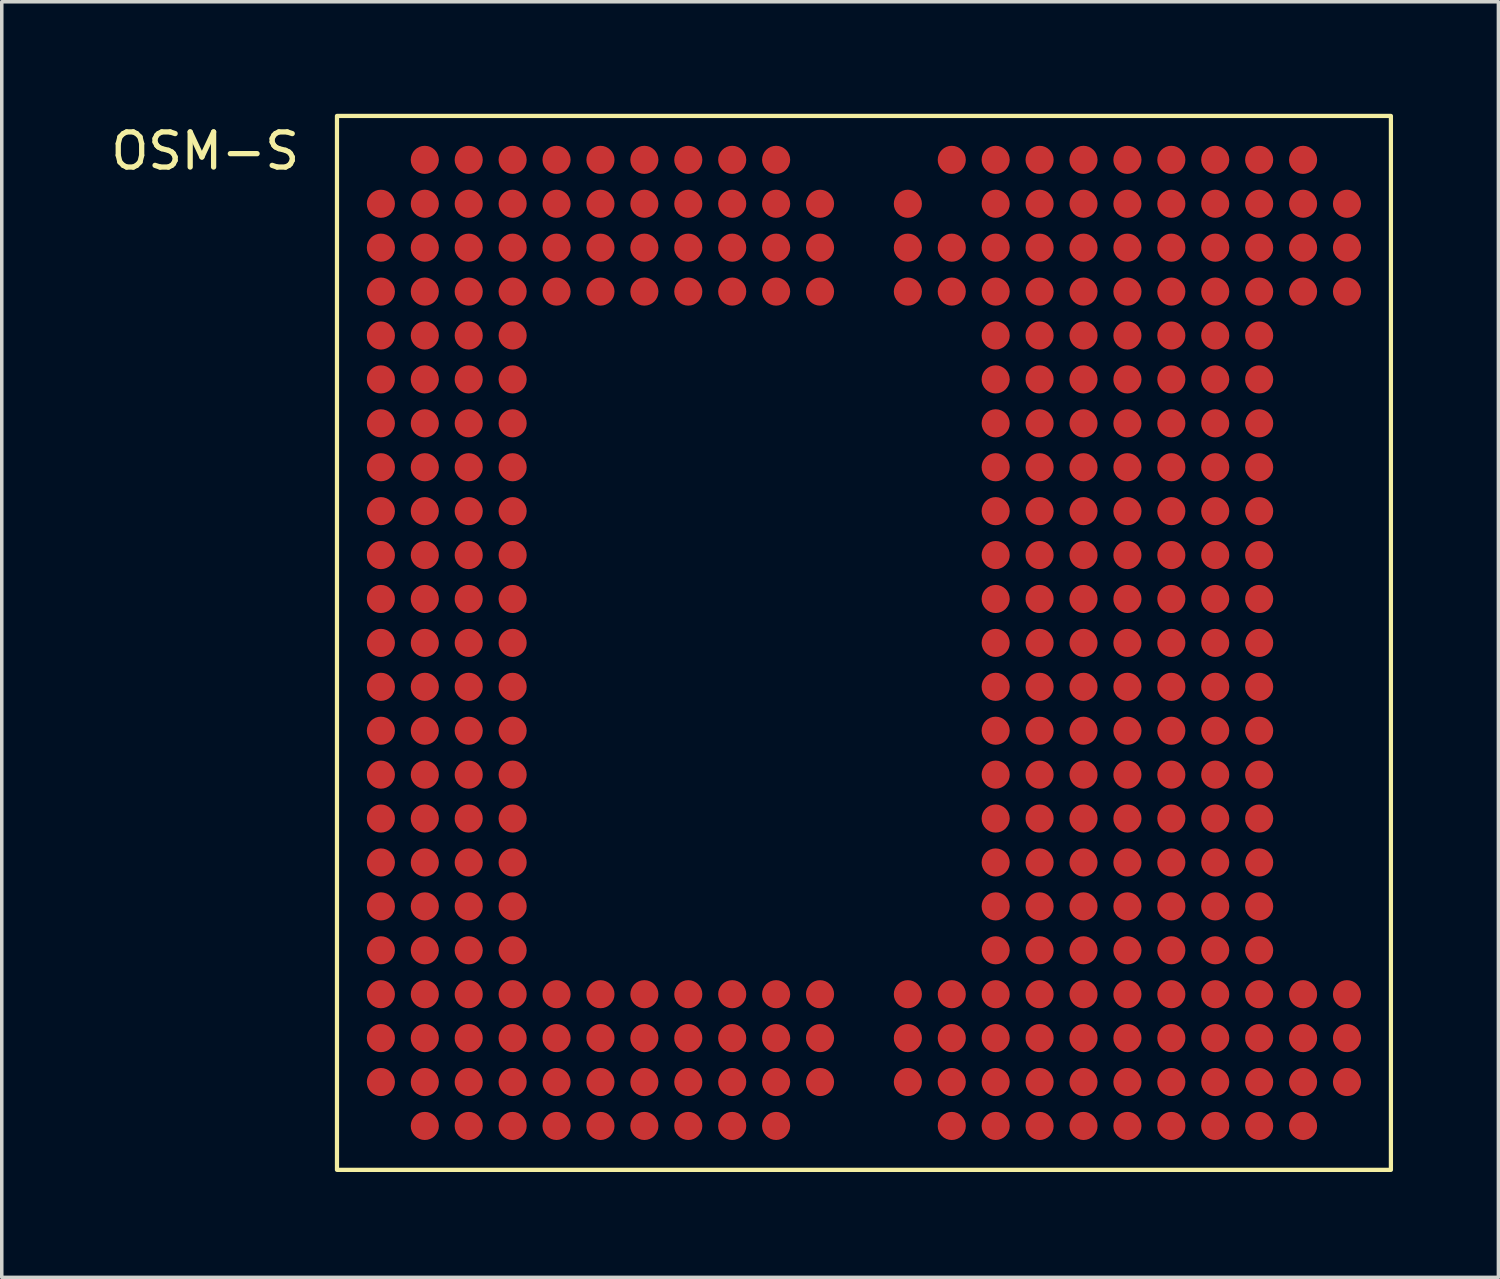
<source format=kicad_pcb>
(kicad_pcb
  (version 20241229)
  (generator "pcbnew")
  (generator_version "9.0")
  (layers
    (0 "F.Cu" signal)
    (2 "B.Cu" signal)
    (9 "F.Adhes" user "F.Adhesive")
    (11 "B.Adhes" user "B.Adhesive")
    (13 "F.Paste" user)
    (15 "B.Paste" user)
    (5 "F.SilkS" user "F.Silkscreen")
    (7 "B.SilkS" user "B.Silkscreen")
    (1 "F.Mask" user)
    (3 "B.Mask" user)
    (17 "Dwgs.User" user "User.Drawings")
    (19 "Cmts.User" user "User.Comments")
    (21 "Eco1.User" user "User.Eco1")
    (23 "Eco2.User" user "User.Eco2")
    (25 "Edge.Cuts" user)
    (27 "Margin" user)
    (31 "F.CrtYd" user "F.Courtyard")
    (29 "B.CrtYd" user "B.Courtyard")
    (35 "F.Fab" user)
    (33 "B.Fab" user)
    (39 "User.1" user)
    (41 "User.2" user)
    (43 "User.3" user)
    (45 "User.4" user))
  (footprint "OSM-S"
    (layer "F.Cu")
    (at 6.542 0.25)
    (property "Reference" "OSM-S" (at -3.75 1 0) (unlocked yes) (layer "F.SilkS") (effects (font (size 1 1) (thickness 0.15))))
    (attr smd)
    (fp_rect (start 0 0) (end 30 30) (stroke (width 0.12) (type solid)) (fill no) (layer "F.SilkS"))
    (pad "A2" smd circle (at 2.5 1.25) (size 0.8 0.8) (property pad_prop_bga) (layers "F.Cu" "F.Mask" "F.Paste"))
    (pad "A3" smd circle (at 3.75 1.25) (size 0.8 0.8) (property pad_prop_bga) (layers "F.Cu" "F.Mask" "F.Paste"))
    (pad "A4" smd circle (at 5 1.25) (size 0.8 0.8) (property pad_prop_bga) (layers "F.Cu" "F.Mask" "F.Paste"))
    (pad "A5" smd circle (at 6.25 1.25) (size 0.8 0.8) (property pad_prop_bga) (layers "F.Cu" "F.Mask" "F.Paste"))
    (pad "A6" smd circle (at 7.5 1.25) (size 0.8 0.8) (property pad_prop_bga) (layers "F.Cu" "F.Mask" "F.Paste"))
    (pad "A7" smd circle (at 8.75 1.25) (size 0.8 0.8) (property pad_prop_bga) (layers "F.Cu" "F.Mask" "F.Paste"))
    (pad "A8" smd circle (at 10 1.25) (size 0.8 0.8) (property pad_prop_bga) (layers "F.Cu" "F.Mask" "F.Paste"))
    (pad "A9" smd circle (at 11.25 1.25) (size 0.8 0.8) (property pad_prop_bga) (layers "F.Cu" "F.Mask" "F.Paste"))
    (pad "A10" smd circle (at 12.5 1.25) (size 0.8 0.8) (property pad_prop_bga) (layers "F.Cu" "F.Mask" "F.Paste"))
    (pad "A14" smd circle (at 17.5 1.25) (size 0.8 0.8) (property pad_prop_bga) (layers "F.Cu" "F.Mask" "F.Paste"))
    (pad "A15" smd circle (at 18.75 1.25) (size 0.8 0.8) (property pad_prop_bga) (layers "F.Cu" "F.Mask" "F.Paste"))
    (pad "A16" smd circle (at 20 1.25) (size 0.8 0.8) (property pad_prop_bga) (layers "F.Cu" "F.Mask" "F.Paste"))
    (pad "A17" smd circle (at 21.25 1.25) (size 0.8 0.8) (property pad_prop_bga) (layers "F.Cu" "F.Mask" "F.Paste"))
    (pad "A18" smd circle (at 22.5 1.25) (size 0.8 0.8) (property pad_prop_bga) (layers "F.Cu" "F.Mask" "F.Paste"))
    (pad "A19" smd circle (at 23.75 1.25) (size 0.8 0.8) (property pad_prop_bga) (layers "F.Cu" "F.Mask" "F.Paste"))
    (pad "A20" smd circle (at 25 1.25) (size 0.8 0.8) (property pad_prop_bga) (layers "F.Cu" "F.Mask" "F.Paste"))
    (pad "A21" smd circle (at 26.25 1.25) (size 0.8 0.8) (property pad_prop_bga) (layers "F.Cu" "F.Mask" "F.Paste"))
    (pad "A22" smd circle (at 27.5 1.25) (size 0.8 0.8) (property pad_prop_bga) (layers "F.Cu" "F.Mask" "F.Paste"))
    (pad "AA1" smd circle (at 1.25 26.25) (size 0.8 0.8) (property pad_prop_bga) (layers "F.Cu" "F.Mask" "F.Paste"))
    (pad "AA2" smd circle (at 2.5 26.25) (size 0.8 0.8) (property pad_prop_bga) (layers "F.Cu" "F.Mask" "F.Paste"))
    (pad "AA3" smd circle (at 3.75 26.25) (size 0.8 0.8) (property pad_prop_bga) (layers "F.Cu" "F.Mask" "F.Paste"))
    (pad "AA4" smd circle (at 5 26.25) (size 0.8 0.8) (property pad_prop_bga) (layers "F.Cu" "F.Mask" "F.Paste"))
    (pad "AA5" smd circle (at 6.25 26.25) (size 0.8 0.8) (property pad_prop_bga) (layers "F.Cu" "F.Mask" "F.Paste"))
    (pad "AA6" smd circle (at 7.5 26.25) (size 0.8 0.8) (property pad_prop_bga) (layers "F.Cu" "F.Mask" "F.Paste"))
    (pad "AA7" smd circle (at 8.75 26.25) (size 0.8 0.8) (property pad_prop_bga) (layers "F.Cu" "F.Mask" "F.Paste"))
    (pad "AA8" smd circle (at 10 26.25) (size 0.8 0.8) (property pad_prop_bga) (layers "F.Cu" "F.Mask" "F.Paste"))
    (pad "AA9" smd circle (at 11.25 26.25) (size 0.8 0.8) (property pad_prop_bga) (layers "F.Cu" "F.Mask" "F.Paste"))
    (pad "AA10" smd circle (at 12.5 26.25) (size 0.8 0.8) (property pad_prop_bga) (layers "F.Cu" "F.Mask" "F.Paste"))
    (pad "AA11" smd circle (at 13.75 26.25) (size 0.8 0.8) (property pad_prop_bga) (layers "F.Cu" "F.Mask" "F.Paste"))
    (pad "AA13" smd circle (at 16.25 26.25) (size 0.8 0.8) (property pad_prop_bga) (layers "F.Cu" "F.Mask" "F.Paste"))
    (pad "AA14" smd circle (at 17.5 26.25) (size 0.8 0.8) (property pad_prop_bga) (layers "F.Cu" "F.Mask" "F.Paste"))
    (pad "AA15" smd circle (at 18.75 26.25) (size 0.8 0.8) (property pad_prop_bga) (layers "F.Cu" "F.Mask" "F.Paste"))
    (pad "AA16" smd circle (at 20 26.25) (size 0.8 0.8) (property pad_prop_bga) (layers "F.Cu" "F.Mask" "F.Paste"))
    (pad "AA17" smd circle (at 21.25 26.25) (size 0.8 0.8) (property pad_prop_bga) (layers "F.Cu" "F.Mask" "F.Paste"))
    (pad "AA18" smd circle (at 22.5 26.25) (size 0.8 0.8) (property pad_prop_bga) (layers "F.Cu" "F.Mask" "F.Paste"))
    (pad "AA19" smd circle (at 23.75 26.25) (size 0.8 0.8) (property pad_prop_bga) (layers "F.Cu" "F.Mask" "F.Paste"))
    (pad "AA20" smd circle (at 25 26.25) (size 0.8 0.8) (property pad_prop_bga) (layers "F.Cu" "F.Mask" "F.Paste"))
    (pad "AA21" smd circle (at 26.25 26.25) (size 0.8 0.8) (property pad_prop_bga) (layers "F.Cu" "F.Mask" "F.Paste"))
    (pad "AA22" smd circle (at 27.5 26.25) (size 0.8 0.8) (property pad_prop_bga) (layers "F.Cu" "F.Mask" "F.Paste"))
    (pad "AA23" smd circle (at 28.75 26.25) (size 0.8 0.8) (property pad_prop_bga) (layers "F.Cu" "F.Mask" "F.Paste"))
    (pad "AB1" smd circle (at 1.25 27.5) (size 0.8 0.8) (property pad_prop_bga) (layers "F.Cu" "F.Mask" "F.Paste"))
    (pad "AB2" smd circle (at 2.5 27.5) (size 0.8 0.8) (property pad_prop_bga) (layers "F.Cu" "F.Mask" "F.Paste"))
    (pad "AB3" smd circle (at 3.75 27.5) (size 0.8 0.8) (property pad_prop_bga) (layers "F.Cu" "F.Mask" "F.Paste"))
    (pad "AB4" smd circle (at 5 27.5) (size 0.8 0.8) (property pad_prop_bga) (layers "F.Cu" "F.Mask" "F.Paste"))
    (pad "AB5" smd circle (at 6.25 27.5) (size 0.8 0.8) (property pad_prop_bga) (layers "F.Cu" "F.Mask" "F.Paste"))
    (pad "AB6" smd circle (at 7.5 27.5) (size 0.8 0.8) (property pad_prop_bga) (layers "F.Cu" "F.Mask" "F.Paste"))
    (pad "AB7" smd circle (at 8.75 27.5) (size 0.8 0.8) (property pad_prop_bga) (layers "F.Cu" "F.Mask" "F.Paste"))
    (pad "AB8" smd circle (at 10 27.5) (size 0.8 0.8) (property pad_prop_bga) (layers "F.Cu" "F.Mask" "F.Paste"))
    (pad "AB9" smd circle (at 11.25 27.5) (size 0.8 0.8) (property pad_prop_bga) (layers "F.Cu" "F.Mask" "F.Paste"))
    (pad "AB10" smd circle (at 12.5 27.5) (size 0.8 0.8) (property pad_prop_bga) (layers "F.Cu" "F.Mask" "F.Paste"))
    (pad "AB11" smd circle (at 13.75 27.5) (size 0.8 0.8) (property pad_prop_bga) (layers "F.Cu" "F.Mask" "F.Paste"))
    (pad "AB13" smd circle (at 16.25 27.5) (size 0.8 0.8) (property pad_prop_bga) (layers "F.Cu" "F.Mask" "F.Paste"))
    (pad "AB14" smd circle (at 17.5 27.5) (size 0.8 0.8) (property pad_prop_bga) (layers "F.Cu" "F.Mask" "F.Paste"))
    (pad "AB15" smd circle (at 18.75 27.5) (size 0.8 0.8) (property pad_prop_bga) (layers "F.Cu" "F.Mask" "F.Paste"))
    (pad "AB16" smd circle (at 20 27.5) (size 0.8 0.8) (property pad_prop_bga) (layers "F.Cu" "F.Mask" "F.Paste"))
    (pad "AB17" smd circle (at 21.25 27.5) (size 0.8 0.8) (property pad_prop_bga) (layers "F.Cu" "F.Mask" "F.Paste"))
    (pad "AB18" smd circle (at 22.5 27.5) (size 0.8 0.8) (property pad_prop_bga) (layers "F.Cu" "F.Mask" "F.Paste"))
    (pad "AB19" smd circle (at 23.75 27.5) (size 0.8 0.8) (property pad_prop_bga) (layers "F.Cu" "F.Mask" "F.Paste"))
    (pad "AB20" smd circle (at 25 27.5) (size 0.8 0.8) (property pad_prop_bga) (layers "F.Cu" "F.Mask" "F.Paste"))
    (pad "AB21" smd circle (at 26.25 27.5) (size 0.8 0.8) (property pad_prop_bga) (layers "F.Cu" "F.Mask" "F.Paste"))
    (pad "AB22" smd circle (at 27.5 27.5) (size 0.8 0.8) (property pad_prop_bga) (layers "F.Cu" "F.Mask" "F.Paste"))
    (pad "AB23" smd circle (at 28.75 27.5) (size 0.8 0.8) (property pad_prop_bga) (layers "F.Cu" "F.Mask" "F.Paste"))
    (pad "AC2" smd circle (at 2.5 28.75) (size 0.8 0.8) (property pad_prop_bga) (layers "F.Cu" "F.Mask" "F.Paste"))
    (pad "AC3" smd circle (at 3.75 28.75) (size 0.8 0.8) (property pad_prop_bga) (layers "F.Cu" "F.Mask" "F.Paste"))
    (pad "AC4" smd circle (at 5 28.75) (size 0.8 0.8) (property pad_prop_bga) (layers "F.Cu" "F.Mask" "F.Paste"))
    (pad "AC5" smd circle (at 6.25 28.75) (size 0.8 0.8) (property pad_prop_bga) (layers "F.Cu" "F.Mask" "F.Paste"))
    (pad "AC6" smd circle (at 7.5 28.75) (size 0.8 0.8) (property pad_prop_bga) (layers "F.Cu" "F.Mask" "F.Paste"))
    (pad "AC7" smd circle (at 8.75 28.75) (size 0.8 0.8) (property pad_prop_bga) (layers "F.Cu" "F.Mask" "F.Paste"))
    (pad "AC8" smd circle (at 10 28.75) (size 0.8 0.8) (property pad_prop_bga) (layers "F.Cu" "F.Mask" "F.Paste"))
    (pad "AC9" smd circle (at 11.25 28.75) (size 0.8 0.8) (property pad_prop_bga) (layers "F.Cu" "F.Mask" "F.Paste"))
    (pad "AC10" smd circle (at 12.5 28.75) (size 0.8 0.8) (property pad_prop_bga) (layers "F.Cu" "F.Mask" "F.Paste"))
    (pad "AC14" smd circle (at 17.5 28.75) (size 0.8 0.8) (property pad_prop_bga) (layers "F.Cu" "F.Mask" "F.Paste"))
    (pad "AC15" smd circle (at 18.75 28.75) (size 0.8 0.8) (property pad_prop_bga) (layers "F.Cu" "F.Mask" "F.Paste"))
    (pad "AC16" smd circle (at 20 28.75) (size 0.8 0.8) (property pad_prop_bga) (layers "F.Cu" "F.Mask" "F.Paste"))
    (pad "AC17" smd circle (at 21.25 28.75) (size 0.8 0.8) (property pad_prop_bga) (layers "F.Cu" "F.Mask" "F.Paste"))
    (pad "AC18" smd circle (at 22.5 28.75) (size 0.8 0.8) (property pad_prop_bga) (layers "F.Cu" "F.Mask" "F.Paste"))
    (pad "AC19" smd circle (at 23.75 28.75) (size 0.8 0.8) (property pad_prop_bga) (layers "F.Cu" "F.Mask" "F.Paste"))
    (pad "AC20" smd circle (at 25 28.75) (size 0.8 0.8) (property pad_prop_bga) (layers "F.Cu" "F.Mask" "F.Paste"))
    (pad "AC21" smd circle (at 26.25 28.75) (size 0.8 0.8) (property pad_prop_bga) (layers "F.Cu" "F.Mask" "F.Paste"))
    (pad "AC22" smd circle (at 27.5 28.75) (size 0.8 0.8) (property pad_prop_bga) (layers "F.Cu" "F.Mask" "F.Paste"))
    (pad "B1" smd circle (at 1.25 2.5) (size 0.8 0.8) (property pad_prop_bga) (layers "F.Cu" "F.Mask" "F.Paste"))
    (pad "B2" smd circle (at 2.5 2.5) (size 0.8 0.8) (property pad_prop_bga) (layers "F.Cu" "F.Mask" "F.Paste"))
    (pad "B3" smd circle (at 3.75 2.5) (size 0.8 0.8) (property pad_prop_bga) (layers "F.Cu" "F.Mask" "F.Paste"))
    (pad "B4" smd circle (at 5 2.5) (size 0.8 0.8) (property pad_prop_bga) (layers "F.Cu" "F.Mask" "F.Paste"))
    (pad "B5" smd circle (at 6.25 2.5) (size 0.8 0.8) (property pad_prop_bga) (layers "F.Cu" "F.Mask" "F.Paste"))
    (pad "B6" smd circle (at 7.5 2.5) (size 0.8 0.8) (property pad_prop_bga) (layers "F.Cu" "F.Mask" "F.Paste"))
    (pad "B7" smd circle (at 8.75 2.5) (size 0.8 0.8) (property pad_prop_bga) (layers "F.Cu" "F.Mask" "F.Paste"))
    (pad "B8" smd circle (at 10 2.5) (size 0.8 0.8) (property pad_prop_bga) (layers "F.Cu" "F.Mask" "F.Paste"))
    (pad "B9" smd circle (at 11.25 2.5) (size 0.8 0.8) (property pad_prop_bga) (layers "F.Cu" "F.Mask" "F.Paste"))
    (pad "B10" smd circle (at 12.5 2.5) (size 0.8 0.8) (property pad_prop_bga) (layers "F.Cu" "F.Mask" "F.Paste"))
    (pad "B11" smd circle (at 13.75 2.5) (size 0.8 0.8) (property pad_prop_bga) (layers "F.Cu" "F.Mask" "F.Paste"))
    (pad "B13" smd circle (at 16.25 2.5) (size 0.8 0.8) (property pad_prop_bga) (layers "F.Cu" "F.Mask" "F.Paste"))
    (pad "B15" smd circle (at 18.75 2.5) (size 0.8 0.8) (property pad_prop_bga) (layers "F.Cu" "F.Mask" "F.Paste"))
    (pad "B16" smd circle (at 20 2.5) (size 0.8 0.8) (property pad_prop_bga) (layers "F.Cu" "F.Mask" "F.Paste"))
    (pad "B17" smd circle (at 21.25 2.5) (size 0.8 0.8) (property pad_prop_bga) (layers "F.Cu" "F.Mask" "F.Paste"))
    (pad "B18" smd circle (at 22.5 2.5) (size 0.8 0.8) (property pad_prop_bga) (layers "F.Cu" "F.Mask" "F.Paste"))
    (pad "B19" smd circle (at 23.75 2.5) (size 0.8 0.8) (property pad_prop_bga) (layers "F.Cu" "F.Mask" "F.Paste"))
    (pad "B20" smd circle (at 25 2.5) (size 0.8 0.8) (property pad_prop_bga) (layers "F.Cu" "F.Mask" "F.Paste"))
    (pad "B21" smd circle (at 26.25 2.5) (size 0.8 0.8) (property pad_prop_bga) (layers "F.Cu" "F.Mask" "F.Paste"))
    (pad "B22" smd circle (at 27.5 2.5) (size 0.8 0.8) (property pad_prop_bga) (layers "F.Cu" "F.Mask" "F.Paste"))
    (pad "B23" smd circle (at 28.75 2.5) (size 0.8 0.8) (property pad_prop_bga) (layers "F.Cu" "F.Mask" "F.Paste"))
    (pad "C1" smd circle (at 1.25 3.75) (size 0.8 0.8) (property pad_prop_bga) (layers "F.Cu" "F.Mask" "F.Paste"))
    (pad "C2" smd circle (at 2.5 3.75) (size 0.8 0.8) (property pad_prop_bga) (layers "F.Cu" "F.Mask" "F.Paste"))
    (pad "C3" smd circle (at 3.75 3.75) (size 0.8 0.8) (property pad_prop_bga) (layers "F.Cu" "F.Mask" "F.Paste"))
    (pad "C4" smd circle (at 5 3.75) (size 0.8 0.8) (property pad_prop_bga) (layers "F.Cu" "F.Mask" "F.Paste"))
    (pad "C5" smd circle (at 6.25 3.75) (size 0.8 0.8) (property pad_prop_bga) (layers "F.Cu" "F.Mask" "F.Paste"))
    (pad "C6" smd circle (at 7.5 3.75) (size 0.8 0.8) (property pad_prop_bga) (layers "F.Cu" "F.Mask" "F.Paste"))
    (pad "C7" smd circle (at 8.75 3.75) (size 0.8 0.8) (property pad_prop_bga) (layers "F.Cu" "F.Mask" "F.Paste"))
    (pad "C8" smd circle (at 10 3.75) (size 0.8 0.8) (property pad_prop_bga) (layers "F.Cu" "F.Mask" "F.Paste"))
    (pad "C9" smd circle (at 11.25 3.75) (size 0.8 0.8) (property pad_prop_bga) (layers "F.Cu" "F.Mask" "F.Paste"))
    (pad "C10" smd circle (at 12.5 3.75) (size 0.8 0.8) (property pad_prop_bga) (layers "F.Cu" "F.Mask" "F.Paste"))
    (pad "C11" smd circle (at 13.75 3.75) (size 0.8 0.8) (property pad_prop_bga) (layers "F.Cu" "F.Mask" "F.Paste"))
    (pad "C13" smd circle (at 16.25 3.75) (size 0.8 0.8) (property pad_prop_bga) (layers "F.Cu" "F.Mask" "F.Paste"))
    (pad "C14" smd circle (at 17.5 3.75) (size 0.8 0.8) (property pad_prop_bga) (layers "F.Cu" "F.Mask" "F.Paste"))
    (pad "C15" smd circle (at 18.75 3.75) (size 0.8 0.8) (property pad_prop_bga) (layers "F.Cu" "F.Mask" "F.Paste"))
    (pad "C16" smd circle (at 20 3.75) (size 0.8 0.8) (property pad_prop_bga) (layers "F.Cu" "F.Mask" "F.Paste"))
    (pad "C17" smd circle (at 21.25 3.75) (size 0.8 0.8) (property pad_prop_bga) (layers "F.Cu" "F.Mask" "F.Paste"))
    (pad "C18" smd circle (at 22.5 3.75) (size 0.8 0.8) (property pad_prop_bga) (layers "F.Cu" "F.Mask" "F.Paste"))
    (pad "C19" smd circle (at 23.75 3.75) (size 0.8 0.8) (property pad_prop_bga) (layers "F.Cu" "F.Mask" "F.Paste"))
    (pad "C20" smd circle (at 25 3.75) (size 0.8 0.8) (property pad_prop_bga) (layers "F.Cu" "F.Mask" "F.Paste"))
    (pad "C21" smd circle (at 26.25 3.75) (size 0.8 0.8) (property pad_prop_bga) (layers "F.Cu" "F.Mask" "F.Paste"))
    (pad "C22" smd circle (at 27.5 3.75) (size 0.8 0.8) (property pad_prop_bga) (layers "F.Cu" "F.Mask" "F.Paste"))
    (pad "C23" smd circle (at 28.75 3.75) (size 0.8 0.8) (property pad_prop_bga) (layers "F.Cu" "F.Mask" "F.Paste"))
    (pad "D1" smd circle (at 1.25 5) (size 0.8 0.8) (property pad_prop_bga) (layers "F.Cu" "F.Mask" "F.Paste"))
    (pad "D2" smd circle (at 2.5 5) (size 0.8 0.8) (property pad_prop_bga) (layers "F.Cu" "F.Mask" "F.Paste"))
    (pad "D3" smd circle (at 3.75 5) (size 0.8 0.8) (property pad_prop_bga) (layers "F.Cu" "F.Mask" "F.Paste"))
    (pad "D4" smd circle (at 5 5) (size 0.8 0.8) (property pad_prop_bga) (layers "F.Cu" "F.Mask" "F.Paste"))
    (pad "D5" smd circle (at 6.25 5) (size 0.8 0.8) (property pad_prop_bga) (layers "F.Cu" "F.Mask" "F.Paste"))
    (pad "D6" smd circle (at 7.5 5) (size 0.8 0.8) (property pad_prop_bga) (layers "F.Cu" "F.Mask" "F.Paste"))
    (pad "D7" smd circle (at 8.75 5) (size 0.8 0.8) (property pad_prop_bga) (layers "F.Cu" "F.Mask" "F.Paste"))
    (pad "D8" smd circle (at 10 5) (size 0.8 0.8) (property pad_prop_bga) (layers "F.Cu" "F.Mask" "F.Paste"))
    (pad "D9" smd circle (at 11.25 5) (size 0.8 0.8) (property pad_prop_bga) (layers "F.Cu" "F.Mask" "F.Paste"))
    (pad "D10" smd circle (at 12.5 5) (size 0.8 0.8) (property pad_prop_bga) (layers "F.Cu" "F.Mask" "F.Paste"))
    (pad "D11" smd circle (at 13.75 5) (size 0.8 0.8) (property pad_prop_bga) (layers "F.Cu" "F.Mask" "F.Paste"))
    (pad "D13" smd circle (at 16.25 5) (size 0.8 0.8) (property pad_prop_bga) (layers "F.Cu" "F.Mask" "F.Paste"))
    (pad "D14" smd circle (at 17.5 5) (size 0.8 0.8) (property pad_prop_bga) (layers "F.Cu" "F.Mask" "F.Paste"))
    (pad "D15" smd circle (at 18.75 5) (size 0.8 0.8) (property pad_prop_bga) (layers "F.Cu" "F.Mask" "F.Paste"))
    (pad "D16" smd circle (at 20 5) (size 0.8 0.8) (property pad_prop_bga) (layers "F.Cu" "F.Mask" "F.Paste"))
    (pad "D17" smd circle (at 21.25 5) (size 0.8 0.8) (property pad_prop_bga) (layers "F.Cu" "F.Mask" "F.Paste"))
    (pad "D18" smd circle (at 22.5 5) (size 0.8 0.8) (property pad_prop_bga) (layers "F.Cu" "F.Mask" "F.Paste"))
    (pad "D19" smd circle (at 23.75 5) (size 0.8 0.8) (property pad_prop_bga) (layers "F.Cu" "F.Mask" "F.Paste"))
    (pad "D20" smd circle (at 25 5) (size 0.8 0.8) (property pad_prop_bga) (layers "F.Cu" "F.Mask" "F.Paste"))
    (pad "D21" smd circle (at 26.25 5) (size 0.8 0.8) (property pad_prop_bga) (layers "F.Cu" "F.Mask" "F.Paste"))
    (pad "D22" smd circle (at 27.5 5) (size 0.8 0.8) (property pad_prop_bga) (layers "F.Cu" "F.Mask" "F.Paste"))
    (pad "D23" smd circle (at 28.75 5) (size 0.8 0.8) (property pad_prop_bga) (layers "F.Cu" "F.Mask" "F.Paste"))
    (pad "E1" smd circle (at 1.25 6.25) (size 0.8 0.8) (property pad_prop_bga) (layers "F.Cu" "F.Mask" "F.Paste"))
    (pad "E2" smd circle (at 2.5 6.25) (size 0.8 0.8) (property pad_prop_bga) (layers "F.Cu" "F.Mask" "F.Paste"))
    (pad "E3" smd circle (at 3.75 6.25) (size 0.8 0.8) (property pad_prop_bga) (layers "F.Cu" "F.Mask" "F.Paste"))
    (pad "E4" smd circle (at 5 6.25) (size 0.8 0.8) (property pad_prop_bga) (layers "F.Cu" "F.Mask" "F.Paste"))
    (pad "E15" smd circle (at 18.75 6.25) (size 0.8 0.8) (property pad_prop_bga) (layers "F.Cu" "F.Mask" "F.Paste"))
    (pad "E16" smd circle (at 20 6.25) (size 0.8 0.8) (property pad_prop_bga) (layers "F.Cu" "F.Mask" "F.Paste"))
    (pad "E17" smd circle (at 21.25 6.25) (size 0.8 0.8) (property pad_prop_bga) (layers "F.Cu" "F.Mask" "F.Paste"))
    (pad "E18" smd circle (at 22.5 6.25) (size 0.8 0.8) (property pad_prop_bga) (layers "F.Cu" "F.Mask" "F.Paste"))
    (pad "E19" smd circle (at 23.75 6.25) (size 0.8 0.8) (property pad_prop_bga) (layers "F.Cu" "F.Mask" "F.Paste"))
    (pad "E20" smd circle (at 25 6.25) (size 0.8 0.8) (property pad_prop_bga) (layers "F.Cu" "F.Mask" "F.Paste"))
    (pad "E21" smd circle (at 26.25 6.25) (size 0.8 0.8) (property pad_prop_bga) (layers "F.Cu" "F.Mask" "F.Paste"))
    (pad "F1" smd circle (at 1.25 7.5) (size 0.8 0.8) (property pad_prop_bga) (layers "F.Cu" "F.Mask" "F.Paste"))
    (pad "F2" smd circle (at 2.5 7.5) (size 0.8 0.8) (property pad_prop_bga) (layers "F.Cu" "F.Mask" "F.Paste"))
    (pad "F3" smd circle (at 3.75 7.5) (size 0.8 0.8) (property pad_prop_bga) (layers "F.Cu" "F.Mask" "F.Paste"))
    (pad "F4" smd circle (at 5 7.5) (size 0.8 0.8) (property pad_prop_bga) (layers "F.Cu" "F.Mask" "F.Paste"))
    (pad "F15" smd circle (at 18.75 7.5) (size 0.8 0.8) (property pad_prop_bga) (layers "F.Cu" "F.Mask" "F.Paste"))
    (pad "F16" smd circle (at 20 7.5) (size 0.8 0.8) (property pad_prop_bga) (layers "F.Cu" "F.Mask" "F.Paste"))
    (pad "F17" smd circle (at 21.25 7.5) (size 0.8 0.8) (property pad_prop_bga) (layers "F.Cu" "F.Mask" "F.Paste"))
    (pad "F18" smd circle (at 22.5 7.5) (size 0.8 0.8) (property pad_prop_bga) (layers "F.Cu" "F.Mask" "F.Paste"))
    (pad "F19" smd circle (at 23.75 7.5) (size 0.8 0.8) (property pad_prop_bga) (layers "F.Cu" "F.Mask" "F.Paste"))
    (pad "F20" smd circle (at 25 7.5) (size 0.8 0.8) (property pad_prop_bga) (layers "F.Cu" "F.Mask" "F.Paste"))
    (pad "F21" smd circle (at 26.25 7.5) (size 0.8 0.8) (property pad_prop_bga) (layers "F.Cu" "F.Mask" "F.Paste"))
    (pad "G1" smd circle (at 1.25 8.75) (size 0.8 0.8) (property pad_prop_bga) (layers "F.Cu" "F.Mask" "F.Paste"))
    (pad "G2" smd circle (at 2.5 8.75) (size 0.8 0.8) (property pad_prop_bga) (layers "F.Cu" "F.Mask" "F.Paste"))
    (pad "G3" smd circle (at 3.75 8.75) (size 0.8 0.8) (property pad_prop_bga) (layers "F.Cu" "F.Mask" "F.Paste"))
    (pad "G4" smd circle (at 5 8.75) (size 0.8 0.8) (property pad_prop_bga) (layers "F.Cu" "F.Mask" "F.Paste"))
    (pad "G15" smd circle (at 18.75 8.75) (size 0.8 0.8) (property pad_prop_bga) (layers "F.Cu" "F.Mask" "F.Paste"))
    (pad "G16" smd circle (at 20 8.75) (size 0.8 0.8) (property pad_prop_bga) (layers "F.Cu" "F.Mask" "F.Paste"))
    (pad "G17" smd circle (at 21.25 8.75) (size 0.8 0.8) (property pad_prop_bga) (layers "F.Cu" "F.Mask" "F.Paste"))
    (pad "G18" smd circle (at 22.5 8.75) (size 0.8 0.8) (property pad_prop_bga) (layers "F.Cu" "F.Mask" "F.Paste"))
    (pad "G19" smd circle (at 23.75 8.75) (size 0.8 0.8) (property pad_prop_bga) (layers "F.Cu" "F.Mask" "F.Paste"))
    (pad "G20" smd circle (at 25 8.75) (size 0.8 0.8) (property pad_prop_bga) (layers "F.Cu" "F.Mask" "F.Paste"))
    (pad "G21" smd circle (at 26.25 8.75) (size 0.8 0.8) (property pad_prop_bga) (layers "F.Cu" "F.Mask" "F.Paste"))
    (pad "H1" smd circle (at 1.25 10) (size 0.8 0.8) (property pad_prop_bga) (layers "F.Cu" "F.Mask" "F.Paste"))
    (pad "H2" smd circle (at 2.5 10) (size 0.8 0.8) (property pad_prop_bga) (layers "F.Cu" "F.Mask" "F.Paste"))
    (pad "H3" smd circle (at 3.75 10) (size 0.8 0.8) (property pad_prop_bga) (layers "F.Cu" "F.Mask" "F.Paste"))
    (pad "H4" smd circle (at 5 10) (size 0.8 0.8) (property pad_prop_bga) (layers "F.Cu" "F.Mask" "F.Paste"))
    (pad "H15" smd circle (at 18.75 10) (size 0.8 0.8) (property pad_prop_bga) (layers "F.Cu" "F.Mask" "F.Paste"))
    (pad "H16" smd circle (at 20 10) (size 0.8 0.8) (property pad_prop_bga) (layers "F.Cu" "F.Mask" "F.Paste"))
    (pad "H17" smd circle (at 21.25 10) (size 0.8 0.8) (property pad_prop_bga) (layers "F.Cu" "F.Mask" "F.Paste"))
    (pad "H18" smd circle (at 22.5 10) (size 0.8 0.8) (property pad_prop_bga) (layers "F.Cu" "F.Mask" "F.Paste"))
    (pad "H19" smd circle (at 23.75 10) (size 0.8 0.8) (property pad_prop_bga) (layers "F.Cu" "F.Mask" "F.Paste"))
    (pad "H20" smd circle (at 25 10) (size 0.8 0.8) (property pad_prop_bga) (layers "F.Cu" "F.Mask" "F.Paste"))
    (pad "H21" smd circle (at 26.25 10) (size 0.8 0.8) (property pad_prop_bga) (layers "F.Cu" "F.Mask" "F.Paste"))
    (pad "J1" smd circle (at 1.25 11.25) (size 0.8 0.8) (property pad_prop_bga) (layers "F.Cu" "F.Mask" "F.Paste"))
    (pad "J2" smd circle (at 2.5 11.25) (size 0.8 0.8) (property pad_prop_bga) (layers "F.Cu" "F.Mask" "F.Paste"))
    (pad "J3" smd circle (at 3.75 11.25) (size 0.8 0.8) (property pad_prop_bga) (layers "F.Cu" "F.Mask" "F.Paste"))
    (pad "J4" smd circle (at 5 11.25) (size 0.8 0.8) (property pad_prop_bga) (layers "F.Cu" "F.Mask" "F.Paste"))
    (pad "J15" smd circle (at 18.75 11.25) (size 0.8 0.8) (property pad_prop_bga) (layers "F.Cu" "F.Mask" "F.Paste"))
    (pad "J16" smd circle (at 20 11.25) (size 0.8 0.8) (property pad_prop_bga) (layers "F.Cu" "F.Mask" "F.Paste"))
    (pad "J17" smd circle (at 21.25 11.25) (size 0.8 0.8) (property pad_prop_bga) (layers "F.Cu" "F.Mask" "F.Paste"))
    (pad "J18" smd circle (at 22.5 11.25) (size 0.8 0.8) (property pad_prop_bga) (layers "F.Cu" "F.Mask" "F.Paste"))
    (pad "J19" smd circle (at 23.75 11.25) (size 0.8 0.8) (property pad_prop_bga) (layers "F.Cu" "F.Mask" "F.Paste"))
    (pad "J20" smd circle (at 25 11.25) (size 0.8 0.8) (property pad_prop_bga) (layers "F.Cu" "F.Mask" "F.Paste"))
    (pad "J21" smd circle (at 26.25 11.25) (size 0.8 0.8) (property pad_prop_bga) (layers "F.Cu" "F.Mask" "F.Paste"))
    (pad "K1" smd circle (at 1.25 12.5) (size 0.8 0.8) (property pad_prop_bga) (layers "F.Cu" "F.Mask" "F.Paste"))
    (pad "K2" smd circle (at 2.5 12.5) (size 0.8 0.8) (property pad_prop_bga) (layers "F.Cu" "F.Mask" "F.Paste"))
    (pad "K3" smd circle (at 3.75 12.5) (size 0.8 0.8) (property pad_prop_bga) (layers "F.Cu" "F.Mask" "F.Paste"))
    (pad "K4" smd circle (at 5 12.5) (size 0.8 0.8) (property pad_prop_bga) (layers "F.Cu" "F.Mask" "F.Paste"))
    (pad "K15" smd circle (at 18.75 12.5) (size 0.8 0.8) (property pad_prop_bga) (layers "F.Cu" "F.Mask" "F.Paste"))
    (pad "K16" smd circle (at 20 12.5) (size 0.8 0.8) (property pad_prop_bga) (layers "F.Cu" "F.Mask" "F.Paste"))
    (pad "K17" smd circle (at 21.25 12.5) (size 0.8 0.8) (property pad_prop_bga) (layers "F.Cu" "F.Mask" "F.Paste"))
    (pad "K18" smd circle (at 22.5 12.5) (size 0.8 0.8) (property pad_prop_bga) (layers "F.Cu" "F.Mask" "F.Paste"))
    (pad "K19" smd circle (at 23.75 12.5) (size 0.8 0.8) (property pad_prop_bga) (layers "F.Cu" "F.Mask" "F.Paste"))
    (pad "K20" smd circle (at 25 12.5) (size 0.8 0.8) (property pad_prop_bga) (layers "F.Cu" "F.Mask" "F.Paste"))
    (pad "K21" smd circle (at 26.25 12.5) (size 0.8 0.8) (property pad_prop_bga) (layers "F.Cu" "F.Mask" "F.Paste"))
    (pad "L1" smd circle (at 1.25 13.75) (size 0.8 0.8) (property pad_prop_bga) (layers "F.Cu" "F.Mask" "F.Paste"))
    (pad "L2" smd circle (at 2.5 13.75) (size 0.8 0.8) (property pad_prop_bga) (layers "F.Cu" "F.Mask" "F.Paste"))
    (pad "L3" smd circle (at 3.75 13.75) (size 0.8 0.8) (property pad_prop_bga) (layers "F.Cu" "F.Mask" "F.Paste"))
    (pad "L4" smd circle (at 5 13.75) (size 0.8 0.8) (property pad_prop_bga) (layers "F.Cu" "F.Mask" "F.Paste"))
    (pad "L15" smd circle (at 18.75 13.75) (size 0.8 0.8) (property pad_prop_bga) (layers "F.Cu" "F.Mask" "F.Paste"))
    (pad "L16" smd circle (at 20 13.75) (size 0.8 0.8) (property pad_prop_bga) (layers "F.Cu" "F.Mask" "F.Paste"))
    (pad "L17" smd circle (at 21.25 13.75) (size 0.8 0.8) (property pad_prop_bga) (layers "F.Cu" "F.Mask" "F.Paste"))
    (pad "L18" smd circle (at 22.5 13.75) (size 0.8 0.8) (property pad_prop_bga) (layers "F.Cu" "F.Mask" "F.Paste"))
    (pad "L19" smd circle (at 23.75 13.75) (size 0.8 0.8) (property pad_prop_bga) (layers "F.Cu" "F.Mask" "F.Paste"))
    (pad "L20" smd circle (at 25 13.75) (size 0.8 0.8) (property pad_prop_bga) (layers "F.Cu" "F.Mask" "F.Paste"))
    (pad "L21" smd circle (at 26.25 13.75) (size 0.8 0.8) (property pad_prop_bga) (layers "F.Cu" "F.Mask" "F.Paste"))
    (pad "M1" smd circle (at 1.25 15) (size 0.8 0.8) (property pad_prop_bga) (layers "F.Cu" "F.Mask" "F.Paste"))
    (pad "M2" smd circle (at 2.5 15) (size 0.8 0.8) (property pad_prop_bga) (layers "F.Cu" "F.Mask" "F.Paste"))
    (pad "M3" smd circle (at 3.75 15) (size 0.8 0.8) (property pad_prop_bga) (layers "F.Cu" "F.Mask" "F.Paste"))
    (pad "M4" smd circle (at 5 15) (size 0.8 0.8) (property pad_prop_bga) (layers "F.Cu" "F.Mask" "F.Paste"))
    (pad "M15" smd circle (at 18.75 15) (size 0.8 0.8) (property pad_prop_bga) (layers "F.Cu" "F.Mask" "F.Paste"))
    (pad "M16" smd circle (at 20 15) (size 0.8 0.8) (property pad_prop_bga) (layers "F.Cu" "F.Mask" "F.Paste"))
    (pad "M17" smd circle (at 21.25 15) (size 0.8 0.8) (property pad_prop_bga) (layers "F.Cu" "F.Mask" "F.Paste"))
    (pad "M18" smd circle (at 22.5 15) (size 0.8 0.8) (property pad_prop_bga) (layers "F.Cu" "F.Mask" "F.Paste"))
    (pad "M19" smd circle (at 23.75 15) (size 0.8 0.8) (property pad_prop_bga) (layers "F.Cu" "F.Mask" "F.Paste"))
    (pad "M20" smd circle (at 25 15) (size 0.8 0.8) (property pad_prop_bga) (layers "F.Cu" "F.Mask" "F.Paste"))
    (pad "M21" smd circle (at 26.25 15) (size 0.8 0.8) (property pad_prop_bga) (layers "F.Cu" "F.Mask" "F.Paste"))
    (pad "N1" smd circle (at 1.25 16.25) (size 0.8 0.8) (property pad_prop_bga) (layers "F.Cu" "F.Mask" "F.Paste"))
    (pad "N2" smd circle (at 2.5 16.25) (size 0.8 0.8) (property pad_prop_bga) (layers "F.Cu" "F.Mask" "F.Paste"))
    (pad "N3" smd circle (at 3.75 16.25) (size 0.8 0.8) (property pad_prop_bga) (layers "F.Cu" "F.Mask" "F.Paste"))
    (pad "N4" smd circle (at 5 16.25) (size 0.8 0.8) (property pad_prop_bga) (layers "F.Cu" "F.Mask" "F.Paste"))
    (pad "N15" smd circle (at 18.75 16.25) (size 0.8 0.8) (property pad_prop_bga) (layers "F.Cu" "F.Mask" "F.Paste"))
    (pad "N16" smd circle (at 20 16.25) (size 0.8 0.8) (property pad_prop_bga) (layers "F.Cu" "F.Mask" "F.Paste"))
    (pad "N17" smd circle (at 21.25 16.25) (size 0.8 0.8) (property pad_prop_bga) (layers "F.Cu" "F.Mask" "F.Paste"))
    (pad "N18" smd circle (at 22.5 16.25) (size 0.8 0.8) (property pad_prop_bga) (layers "F.Cu" "F.Mask" "F.Paste"))
    (pad "N19" smd circle (at 23.75 16.25) (size 0.8 0.8) (property pad_prop_bga) (layers "F.Cu" "F.Mask" "F.Paste"))
    (pad "N20" smd circle (at 25 16.25) (size 0.8 0.8) (property pad_prop_bga) (layers "F.Cu" "F.Mask" "F.Paste"))
    (pad "N21" smd circle (at 26.25 16.25) (size 0.8 0.8) (property pad_prop_bga) (layers "F.Cu" "F.Mask" "F.Paste"))
    (pad "P1" smd circle (at 1.25 17.5) (size 0.8 0.8) (property pad_prop_bga) (layers "F.Cu" "F.Mask" "F.Paste"))
    (pad "P2" smd circle (at 2.5 17.5) (size 0.8 0.8) (property pad_prop_bga) (layers "F.Cu" "F.Mask" "F.Paste"))
    (pad "P3" smd circle (at 3.75 17.5) (size 0.8 0.8) (property pad_prop_bga) (layers "F.Cu" "F.Mask" "F.Paste"))
    (pad "P4" smd circle (at 5 17.5) (size 0.8 0.8) (property pad_prop_bga) (layers "F.Cu" "F.Mask" "F.Paste"))
    (pad "P15" smd circle (at 18.75 17.5) (size 0.8 0.8) (property pad_prop_bga) (layers "F.Cu" "F.Mask" "F.Paste"))
    (pad "P16" smd circle (at 20 17.5) (size 0.8 0.8) (property pad_prop_bga) (layers "F.Cu" "F.Mask" "F.Paste"))
    (pad "P17" smd circle (at 21.25 17.5) (size 0.8 0.8) (property pad_prop_bga) (layers "F.Cu" "F.Mask" "F.Paste"))
    (pad "P18" smd circle (at 22.5 17.5) (size 0.8 0.8) (property pad_prop_bga) (layers "F.Cu" "F.Mask" "F.Paste"))
    (pad "P19" smd circle (at 23.75 17.5) (size 0.8 0.8) (property pad_prop_bga) (layers "F.Cu" "F.Mask" "F.Paste"))
    (pad "P20" smd circle (at 25 17.5) (size 0.8 0.8) (property pad_prop_bga) (layers "F.Cu" "F.Mask" "F.Paste"))
    (pad "P21" smd circle (at 26.25 17.5) (size 0.8 0.8) (property pad_prop_bga) (layers "F.Cu" "F.Mask" "F.Paste"))
    (pad "R1" smd circle (at 1.25 18.75) (size 0.8 0.8) (property pad_prop_bga) (layers "F.Cu" "F.Mask" "F.Paste"))
    (pad "R2" smd circle (at 2.5 18.75) (size 0.8 0.8) (property pad_prop_bga) (layers "F.Cu" "F.Mask" "F.Paste"))
    (pad "R3" smd circle (at 3.75 18.75) (size 0.8 0.8) (property pad_prop_bga) (layers "F.Cu" "F.Mask" "F.Paste"))
    (pad "R4" smd circle (at 5 18.75) (size 0.8 0.8) (property pad_prop_bga) (layers "F.Cu" "F.Mask" "F.Paste"))
    (pad "R15" smd circle (at 18.75 18.75) (size 0.8 0.8) (property pad_prop_bga) (layers "F.Cu" "F.Mask" "F.Paste"))
    (pad "R16" smd circle (at 20 18.75) (size 0.8 0.8) (property pad_prop_bga) (layers "F.Cu" "F.Mask" "F.Paste"))
    (pad "R17" smd circle (at 21.25 18.75) (size 0.8 0.8) (property pad_prop_bga) (layers "F.Cu" "F.Mask" "F.Paste"))
    (pad "R18" smd circle (at 22.5 18.75) (size 0.8 0.8) (property pad_prop_bga) (layers "F.Cu" "F.Mask" "F.Paste"))
    (pad "R19" smd circle (at 23.75 18.75) (size 0.8 0.8) (property pad_prop_bga) (layers "F.Cu" "F.Mask" "F.Paste"))
    (pad "R20" smd circle (at 25 18.75) (size 0.8 0.8) (property pad_prop_bga) (layers "F.Cu" "F.Mask" "F.Paste"))
    (pad "R21" smd circle (at 26.25 18.75) (size 0.8 0.8) (property pad_prop_bga) (layers "F.Cu" "F.Mask" "F.Paste"))
    (pad "T1" smd circle (at 1.25 20) (size 0.8 0.8) (property pad_prop_bga) (layers "F.Cu" "F.Mask" "F.Paste"))
    (pad "T2" smd circle (at 2.5 20) (size 0.8 0.8) (property pad_prop_bga) (layers "F.Cu" "F.Mask" "F.Paste"))
    (pad "T3" smd circle (at 3.75 20) (size 0.8 0.8) (property pad_prop_bga) (layers "F.Cu" "F.Mask" "F.Paste"))
    (pad "T4" smd circle (at 5 20) (size 0.8 0.8) (property pad_prop_bga) (layers "F.Cu" "F.Mask" "F.Paste"))
    (pad "T15" smd circle (at 18.75 20) (size 0.8 0.8) (property pad_prop_bga) (layers "F.Cu" "F.Mask" "F.Paste"))
    (pad "T16" smd circle (at 20 20) (size 0.8 0.8) (property pad_prop_bga) (layers "F.Cu" "F.Mask" "F.Paste"))
    (pad "T17" smd circle (at 21.25 20) (size 0.8 0.8) (property pad_prop_bga) (layers "F.Cu" "F.Mask" "F.Paste"))
    (pad "T18" smd circle (at 22.5 20) (size 0.8 0.8) (property pad_prop_bga) (layers "F.Cu" "F.Mask" "F.Paste"))
    (pad "T19" smd circle (at 23.75 20) (size 0.8 0.8) (property pad_prop_bga) (layers "F.Cu" "F.Mask" "F.Paste"))
    (pad "T20" smd circle (at 25 20) (size 0.8 0.8) (property pad_prop_bga) (layers "F.Cu" "F.Mask" "F.Paste"))
    (pad "T21" smd circle (at 26.25 20) (size 0.8 0.8) (property pad_prop_bga) (layers "F.Cu" "F.Mask" "F.Paste"))
    (pad "U1" smd circle (at 1.25 21.25) (size 0.8 0.8) (property pad_prop_bga) (layers "F.Cu" "F.Mask" "F.Paste"))
    (pad "U2" smd circle (at 2.5 21.25) (size 0.8 0.8) (property pad_prop_bga) (layers "F.Cu" "F.Mask" "F.Paste"))
    (pad "U3" smd circle (at 3.75 21.25) (size 0.8 0.8) (property pad_prop_bga) (layers "F.Cu" "F.Mask" "F.Paste"))
    (pad "U4" smd circle (at 5 21.25) (size 0.8 0.8) (property pad_prop_bga) (layers "F.Cu" "F.Mask" "F.Paste"))
    (pad "U15" smd circle (at 18.75 21.25) (size 0.8 0.8) (property pad_prop_bga) (layers "F.Cu" "F.Mask" "F.Paste"))
    (pad "U16" smd circle (at 20 21.25) (size 0.8 0.8) (property pad_prop_bga) (layers "F.Cu" "F.Mask" "F.Paste"))
    (pad "U17" smd circle (at 21.25 21.25) (size 0.8 0.8) (property pad_prop_bga) (layers "F.Cu" "F.Mask" "F.Paste"))
    (pad "U18" smd circle (at 22.5 21.25) (size 0.8 0.8) (property pad_prop_bga) (layers "F.Cu" "F.Mask" "F.Paste"))
    (pad "U19" smd circle (at 23.75 21.25) (size 0.8 0.8) (property pad_prop_bga) (layers "F.Cu" "F.Mask" "F.Paste"))
    (pad "U20" smd circle (at 25 21.25) (size 0.8 0.8) (property pad_prop_bga) (layers "F.Cu" "F.Mask" "F.Paste"))
    (pad "U21" smd circle (at 26.25 21.25) (size 0.8 0.8) (property pad_prop_bga) (layers "F.Cu" "F.Mask" "F.Paste"))
    (pad "V1" smd circle (at 1.25 22.5) (size 0.8 0.8) (property pad_prop_bga) (layers "F.Cu" "F.Mask" "F.Paste"))
    (pad "V2" smd circle (at 2.5 22.5) (size 0.8 0.8) (property pad_prop_bga) (layers "F.Cu" "F.Mask" "F.Paste"))
    (pad "V3" smd circle (at 3.75 22.5) (size 0.8 0.8) (property pad_prop_bga) (layers "F.Cu" "F.Mask" "F.Paste"))
    (pad "V4" smd circle (at 5 22.5) (size 0.8 0.8) (property pad_prop_bga) (layers "F.Cu" "F.Mask" "F.Paste"))
    (pad "V15" smd circle (at 18.75 22.5) (size 0.8 0.8) (property pad_prop_bga) (layers "F.Cu" "F.Mask" "F.Paste"))
    (pad "V16" smd circle (at 20 22.5) (size 0.8 0.8) (property pad_prop_bga) (layers "F.Cu" "F.Mask" "F.Paste"))
    (pad "V17" smd circle (at 21.25 22.5) (size 0.8 0.8) (property pad_prop_bga) (layers "F.Cu" "F.Mask" "F.Paste"))
    (pad "V18" smd circle (at 22.5 22.5) (size 0.8 0.8) (property pad_prop_bga) (layers "F.Cu" "F.Mask" "F.Paste"))
    (pad "V19" smd circle (at 23.75 22.5) (size 0.8 0.8) (property pad_prop_bga) (layers "F.Cu" "F.Mask" "F.Paste"))
    (pad "V20" smd circle (at 25 22.5) (size 0.8 0.8) (property pad_prop_bga) (layers "F.Cu" "F.Mask" "F.Paste"))
    (pad "V21" smd circle (at 26.25 22.5) (size 0.8 0.8) (property pad_prop_bga) (layers "F.Cu" "F.Mask" "F.Paste"))
    (pad "W1" smd circle (at 1.25 23.75) (size 0.8 0.8) (property pad_prop_bga) (layers "F.Cu" "F.Mask" "F.Paste"))
    (pad "W2" smd circle (at 2.5 23.75) (size 0.8 0.8) (property pad_prop_bga) (layers "F.Cu" "F.Mask" "F.Paste"))
    (pad "W3" smd circle (at 3.75 23.75) (size 0.8 0.8) (property pad_prop_bga) (layers "F.Cu" "F.Mask" "F.Paste"))
    (pad "W4" smd circle (at 5 23.75) (size 0.8 0.8) (property pad_prop_bga) (layers "F.Cu" "F.Mask" "F.Paste"))
    (pad "W15" smd circle (at 18.75 23.75) (size 0.8 0.8) (property pad_prop_bga) (layers "F.Cu" "F.Mask" "F.Paste"))
    (pad "W16" smd circle (at 20 23.75) (size 0.8 0.8) (property pad_prop_bga) (layers "F.Cu" "F.Mask" "F.Paste"))
    (pad "W17" smd circle (at 21.25 23.75) (size 0.8 0.8) (property pad_prop_bga) (layers "F.Cu" "F.Mask" "F.Paste"))
    (pad "W18" smd circle (at 22.5 23.75) (size 0.8 0.8) (property pad_prop_bga) (layers "F.Cu" "F.Mask" "F.Paste"))
    (pad "W19" smd circle (at 23.75 23.75) (size 0.8 0.8) (property pad_prop_bga) (layers "F.Cu" "F.Mask" "F.Paste"))
    (pad "W20" smd circle (at 25 23.75) (size 0.8 0.8) (property pad_prop_bga) (layers "F.Cu" "F.Mask" "F.Paste"))
    (pad "W21" smd circle (at 26.25 23.75) (size 0.8 0.8) (property pad_prop_bga) (layers "F.Cu" "F.Mask" "F.Paste"))
    (pad "Y1" smd circle (at 1.25 25) (size 0.8 0.8) (property pad_prop_bga) (layers "F.Cu" "F.Mask" "F.Paste"))
    (pad "Y2" smd circle (at 2.5 25) (size 0.8 0.8) (property pad_prop_bga) (layers "F.Cu" "F.Mask" "F.Paste"))
    (pad "Y3" smd circle (at 3.75 25) (size 0.8 0.8) (property pad_prop_bga) (layers "F.Cu" "F.Mask" "F.Paste"))
    (pad "Y4" smd circle (at 5 25) (size 0.8 0.8) (property pad_prop_bga) (layers "F.Cu" "F.Mask" "F.Paste"))
    (pad "Y5" smd circle (at 6.25 25) (size 0.8 0.8) (property pad_prop_bga) (layers "F.Cu" "F.Mask" "F.Paste"))
    (pad "Y6" smd circle (at 7.5 25) (size 0.8 0.8) (property pad_prop_bga) (layers "F.Cu" "F.Mask" "F.Paste"))
    (pad "Y7" smd circle (at 8.75 25) (size 0.8 0.8) (property pad_prop_bga) (layers "F.Cu" "F.Mask" "F.Paste"))
    (pad "Y8" smd circle (at 10 25) (size 0.8 0.8) (property pad_prop_bga) (layers "F.Cu" "F.Mask" "F.Paste"))
    (pad "Y9" smd circle (at 11.25 25) (size 0.8 0.8) (property pad_prop_bga) (layers "F.Cu" "F.Mask" "F.Paste"))
    (pad "Y10" smd circle (at 12.5 25) (size 0.8 0.8) (property pad_prop_bga) (layers "F.Cu" "F.Mask" "F.Paste"))
    (pad "Y11" smd circle (at 13.75 25) (size 0.8 0.8) (property pad_prop_bga) (layers "F.Cu" "F.Mask" "F.Paste"))
    (pad "Y13" smd circle (at 16.25 25) (size 0.8 0.8) (property pad_prop_bga) (layers "F.Cu" "F.Mask" "F.Paste"))
    (pad "Y14" smd circle (at 17.5 25) (size 0.8 0.8) (property pad_prop_bga) (layers "F.Cu" "F.Mask" "F.Paste"))
    (pad "Y15" smd circle (at 18.75 25) (size 0.8 0.8) (property pad_prop_bga) (layers "F.Cu" "F.Mask" "F.Paste"))
    (pad "Y16" smd circle (at 20 25) (size 0.8 0.8) (property pad_prop_bga) (layers "F.Cu" "F.Mask" "F.Paste"))
    (pad "Y17" smd circle (at 21.25 25) (size 0.8 0.8) (property pad_prop_bga) (layers "F.Cu" "F.Mask" "F.Paste"))
    (pad "Y18" smd circle (at 22.5 25) (size 0.8 0.8) (property pad_prop_bga) (layers "F.Cu" "F.Mask" "F.Paste"))
    (pad "Y19" smd circle (at 23.75 25) (size 0.8 0.8) (property pad_prop_bga) (layers "F.Cu" "F.Mask" "F.Paste"))
    (pad "Y20" smd circle (at 25 25) (size 0.8 0.8) (property pad_prop_bga) (layers "F.Cu" "F.Mask" "F.Paste"))
    (pad "Y21" smd circle (at 26.25 25) (size 0.8 0.8) (property pad_prop_bga) (layers "F.Cu" "F.Mask" "F.Paste"))
    (pad "Y22" smd circle (at 27.5 25) (size 0.8 0.8) (property pad_prop_bga) (layers "F.Cu" "F.Mask" "F.Paste"))
    (pad "Y23" smd circle (at 28.75 25) (size 0.8 0.8) (property pad_prop_bga) (layers "F.Cu" "F.Mask" "F.Paste")))
  (gr_rect
    (start -3 -3)
    (end 39.602 33.31)
    (stroke (width 0.1) (type default))
    (fill no)
    (layer "Edge.Cuts")))
</source>
